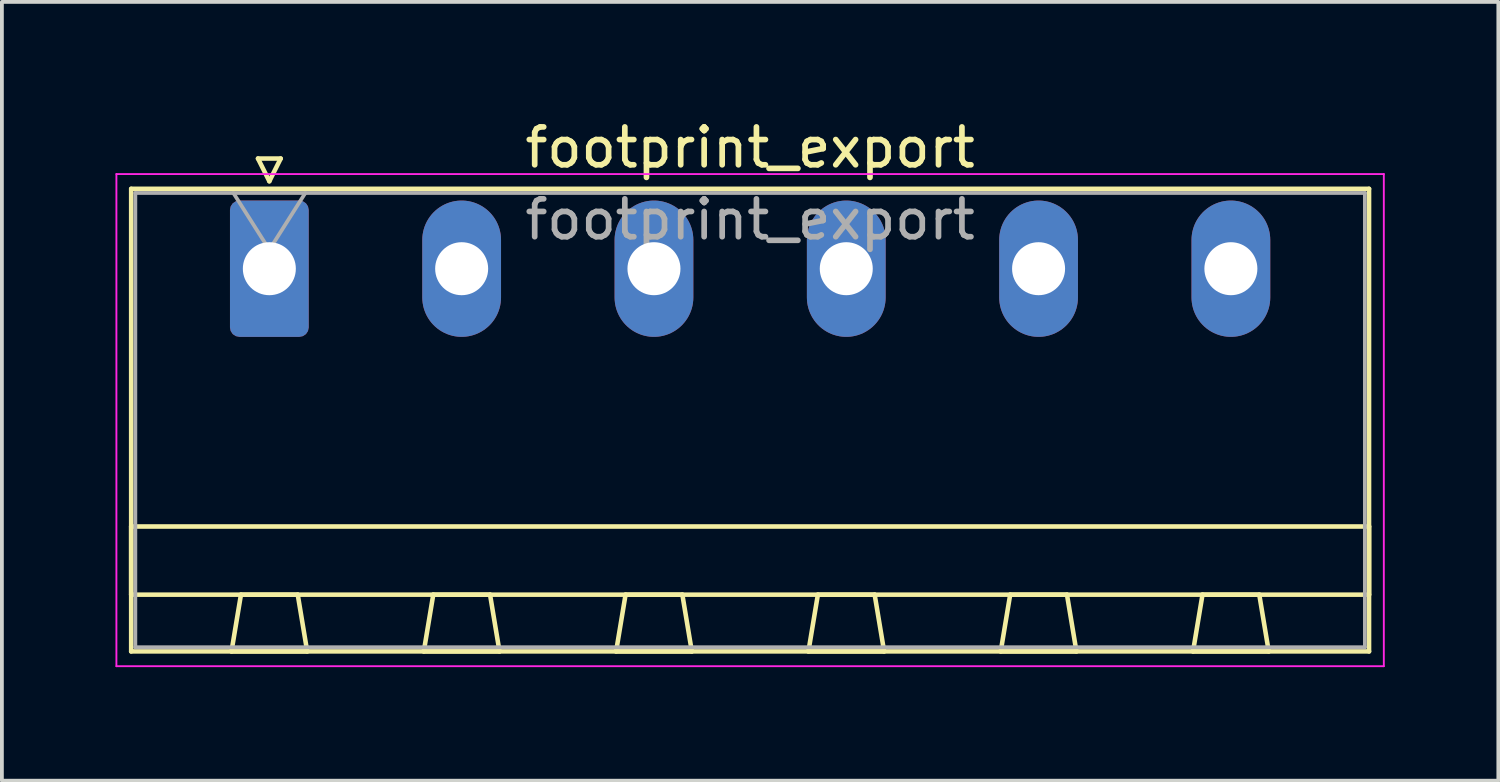
<source format=kicad_pcb>
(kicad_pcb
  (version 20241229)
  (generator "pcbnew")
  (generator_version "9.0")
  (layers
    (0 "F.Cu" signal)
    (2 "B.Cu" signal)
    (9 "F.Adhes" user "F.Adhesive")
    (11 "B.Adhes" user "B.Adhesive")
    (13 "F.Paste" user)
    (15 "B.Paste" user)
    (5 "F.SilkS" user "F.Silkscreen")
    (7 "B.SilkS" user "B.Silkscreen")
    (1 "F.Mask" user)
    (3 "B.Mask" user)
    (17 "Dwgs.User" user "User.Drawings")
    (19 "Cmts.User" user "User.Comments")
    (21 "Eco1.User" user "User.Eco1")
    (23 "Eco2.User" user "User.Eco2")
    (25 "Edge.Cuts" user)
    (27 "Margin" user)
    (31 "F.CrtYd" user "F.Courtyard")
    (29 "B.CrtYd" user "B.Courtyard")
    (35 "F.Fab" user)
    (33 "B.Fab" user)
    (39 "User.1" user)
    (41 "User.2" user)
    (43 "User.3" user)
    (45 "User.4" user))
  (footprint "footprint_export"
    (layer "F.Cu")
    (at 4.065 4.048)
    (property "Reference" "footprint_export" (at 12.7 -3.2 0) (layer "F.SilkS") (effects (font (size 1 1) (thickness 0.15))))
    (attr through_hole)
    (fp_line (start -3.65 -2.11) (end -3.65 10.11) (stroke (width 0.12) (type solid)) (layer "F.SilkS"))
    (fp_line (start -3.65 6.81) (end 29.05 6.81) (stroke (width 0.12) (type solid)) (layer "F.SilkS"))
    (fp_line (start -3.65 8.61) (end -3.65 6.81) (stroke (width 0.12) (type solid)) (layer "F.SilkS"))
    (fp_line (start -3.65 10.11) (end 29.05 10.11) (stroke (width 0.12) (type solid)) (layer "F.SilkS"))
    (fp_line (start -1 10.11) (end 1 10.11) (stroke (width 0.12) (type solid)) (layer "F.SilkS"))
    (fp_line (start -0.75 8.61) (end -1 10.11) (stroke (width 0.12) (type solid)) (layer "F.SilkS"))
    (fp_line (start -0.3 -2.91) (end 0.3 -2.91) (stroke (width 0.12) (type solid)) (layer "F.SilkS"))
    (fp_line (start 0 -2.31) (end -0.3 -2.91) (stroke (width 0.12) (type solid)) (layer "F.SilkS"))
    (fp_line (start 0.3 -2.91) (end 0 -2.31) (stroke (width 0.12) (type solid)) (layer "F.SilkS"))
    (fp_line (start 0.75 8.61) (end -0.75 8.61) (stroke (width 0.12) (type solid)) (layer "F.SilkS"))
    (fp_line (start 1 10.11) (end 0.75 8.61) (stroke (width 0.12) (type solid)) (layer "F.SilkS"))
    (fp_line (start 4.08 10.11) (end 6.08 10.11) (stroke (width 0.12) (type solid)) (layer "F.SilkS"))
    (fp_line (start 4.33 8.61) (end 4.08 10.11) (stroke (width 0.12) (type solid)) (layer "F.SilkS"))
    (fp_line (start 5.83 8.61) (end 4.33 8.61) (stroke (width 0.12) (type solid)) (layer "F.SilkS"))
    (fp_line (start 6.08 10.11) (end 5.83 8.61) (stroke (width 0.12) (type solid)) (layer "F.SilkS"))
    (fp_line (start 9.16 10.11) (end 11.16 10.11) (stroke (width 0.12) (type solid)) (layer "F.SilkS"))
    (fp_line (start 9.41 8.61) (end 9.16 10.11) (stroke (width 0.12) (type solid)) (layer "F.SilkS"))
    (fp_line (start 10.91 8.61) (end 9.41 8.61) (stroke (width 0.12) (type solid)) (layer "F.SilkS"))
    (fp_line (start 11.16 10.11) (end 10.91 8.61) (stroke (width 0.12) (type solid)) (layer "F.SilkS"))
    (fp_line (start 14.24 10.11) (end 16.24 10.11) (stroke (width 0.12) (type solid)) (layer "F.SilkS"))
    (fp_line (start 14.49 8.61) (end 14.24 10.11) (stroke (width 0.12) (type solid)) (layer "F.SilkS"))
    (fp_line (start 15.99 8.61) (end 14.49 8.61) (stroke (width 0.12) (type solid)) (layer "F.SilkS"))
    (fp_line (start 16.24 10.11) (end 15.99 8.61) (stroke (width 0.12) (type solid)) (layer "F.SilkS"))
    (fp_line (start 19.32 10.11) (end 21.32 10.11) (stroke (width 0.12) (type solid)) (layer "F.SilkS"))
    (fp_line (start 19.57 8.61) (end 19.32 10.11) (stroke (width 0.12) (type solid)) (layer "F.SilkS"))
    (fp_line (start 21.07 8.61) (end 19.57 8.61) (stroke (width 0.12) (type solid)) (layer "F.SilkS"))
    (fp_line (start 21.32 10.11) (end 21.07 8.61) (stroke (width 0.12) (type solid)) (layer "F.SilkS"))
    (fp_line (start 24.4 10.11) (end 26.4 10.11) (stroke (width 0.12) (type solid)) (layer "F.SilkS"))
    (fp_line (start 24.65 8.61) (end 24.4 10.11) (stroke (width 0.12) (type solid)) (layer "F.SilkS"))
    (fp_line (start 26.15 8.61) (end 24.65 8.61) (stroke (width 0.12) (type solid)) (layer "F.SilkS"))
    (fp_line (start 26.4 10.11) (end 26.15 8.61) (stroke (width 0.12) (type solid)) (layer "F.SilkS"))
    (fp_line (start 29.05 -2.11) (end -3.65 -2.11) (stroke (width 0.12) (type solid)) (layer "F.SilkS"))
    (fp_line (start 29.05 6.81) (end 29.05 8.61) (stroke (width 0.12) (type solid)) (layer "F.SilkS"))
    (fp_line (start 29.05 8.61) (end -3.65 8.61) (stroke (width 0.12) (type solid)) (layer "F.SilkS"))
    (fp_line (start 29.05 10.11) (end 29.05 -2.11) (stroke (width 0.12) (type solid)) (layer "F.SilkS"))
    (fp_line (start -4.04 -2.5) (end -4.04 10.5) (stroke (width 0.05) (type solid)) (layer "F.CrtYd"))
    (fp_line (start -4.04 10.5) (end 29.44 10.5) (stroke (width 0.05) (type solid)) (layer "F.CrtYd"))
    (fp_line (start 29.44 -2.5) (end -4.04 -2.5) (stroke (width 0.05) (type solid)) (layer "F.CrtYd"))
    (fp_line (start 29.44 10.5) (end 29.44 -2.5) (stroke (width 0.05) (type solid)) (layer "F.CrtYd"))
    (fp_line (start -3.54 -2) (end -3.54 10) (stroke (width 0.1) (type solid)) (layer "F.Fab"))
    (fp_line (start -3.54 10) (end 28.94 10) (stroke (width 0.1) (type solid)) (layer "F.Fab"))
    (fp_line (start 0 -0.5) (end -0.95 -2) (stroke (width 0.1) (type solid)) (layer "F.Fab"))
    (fp_line (start 0.95 -2) (end 0 -0.5) (stroke (width 0.1) (type solid)) (layer "F.Fab"))
    (fp_line (start 28.94 -2) (end -3.54 -2) (stroke (width 0.1) (type solid)) (layer "F.Fab"))
    (fp_line (start 28.94 10) (end 28.94 -2) (stroke (width 0.1) (type solid)) (layer "F.Fab"))
    (fp_text user "${REFERENCE}" (at 12.7 -1.3 0) (layer "F.Fab") (effects (font (size 1 1) (thickness 0.15))))
    (pad "1" thru_hole roundrect (at 0 0) (size 2.08 3.6) (drill 1.4) (layers "*.Cu" "*.Mask") (roundrect_rratio 0.12))
    (pad "2" thru_hole oval (at 5.08 0) (size 2.08 3.6) (drill 1.4) (layers "*.Cu" "*.Mask"))
    (pad "3" thru_hole oval (at 10.16 0) (size 2.08 3.6) (drill 1.4) (layers "*.Cu" "*.Mask"))
    (pad "4" thru_hole oval (at 15.24 0) (size 2.08 3.6) (drill 1.4) (layers "*.Cu" "*.Mask"))
    (pad "5" thru_hole oval (at 20.32 0) (size 2.08 3.6) (drill 1.4) (layers "*.Cu" "*.Mask"))
    (pad "6" thru_hole oval (at 25.4 0) (size 2.08 3.6) (drill 1.4) (layers "*.Cu" "*.Mask")))
  (gr_rect
    (start -3 -3)
    (end 36.53 17.573)
    (stroke (width 0.1) (type default))
    (fill no)
    (layer "Edge.Cuts")))
</source>
